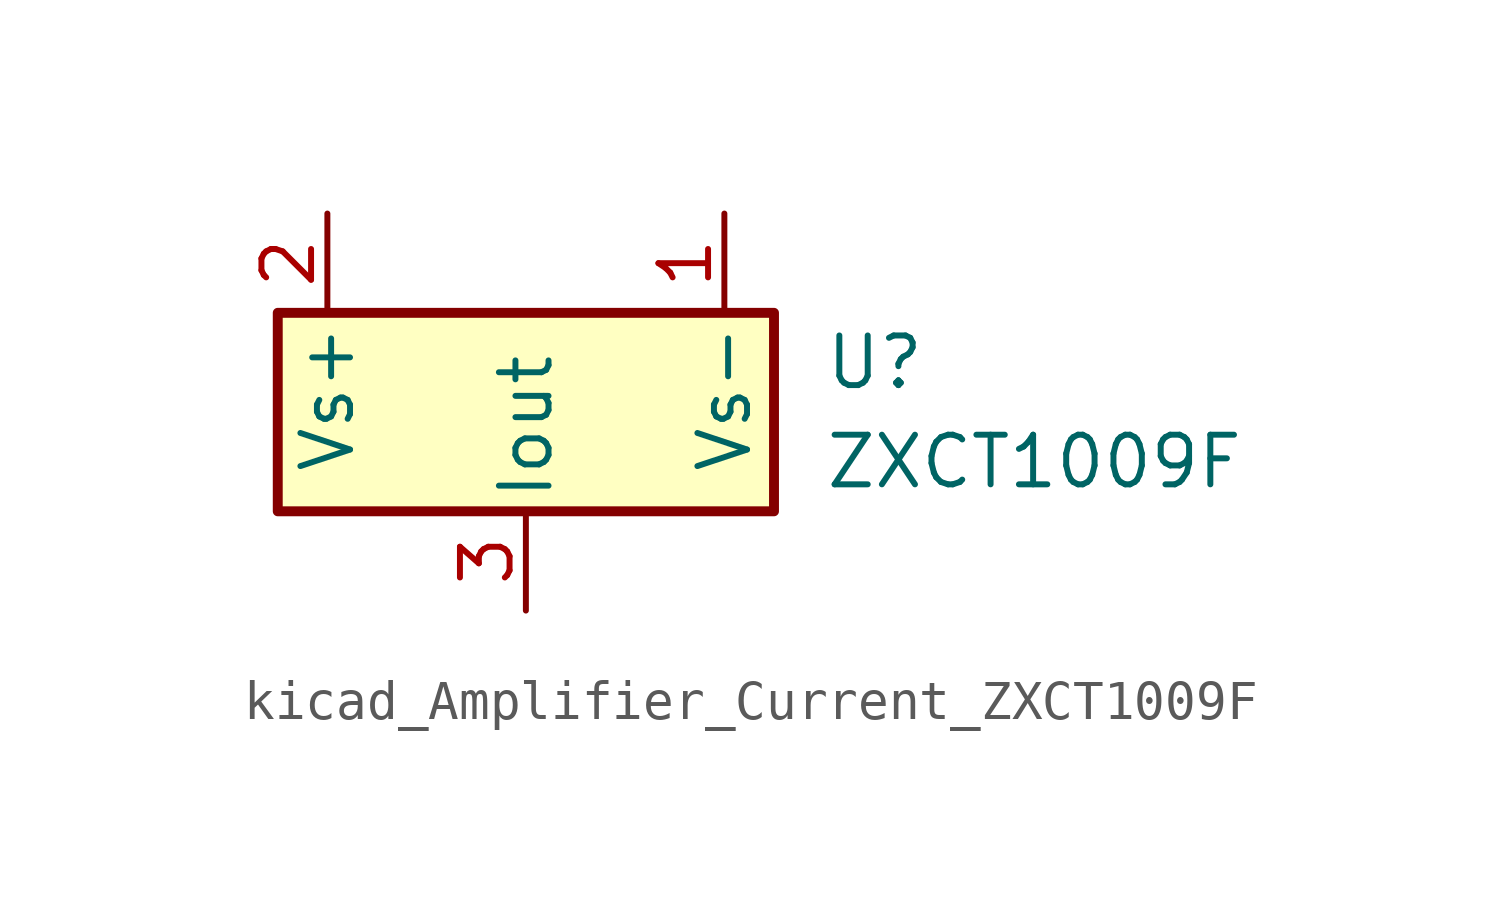
<source format=kicad_sym>
(kicad_symbol_lib
  (version 20220914)
  (generator kicad_symbol_editor)
  (symbol "kicad_Amplifier_Current_ZXCT1009F"
    (pin_names
      (offset 0.254))
    (property "Reference" "U"
      (at 7.62 1.27 0)
      (effects (font (size 1.27 1.27)) (justify left)))
    (property "Value" "ZXCT1009F"
      (at 7.62 -1.27 0)
      (effects (font (size 1.27 1.27)) (justify left)))
    (symbol "kicad_Amplifier_Current_ZXCT1009F_0_1"
      (rectangle (start -6.35 2.54) (end 6.35 -2.54) (stroke (width 0.254) (type default)) (fill (type background))))
    (symbol "kicad_Amplifier_Current_ZXCT1009F_1_1"
      (pin input line (at 5.08 5.08 270) (length 2.54) (name "Vs-" (effects (font (size 1.27 1.27)))) (number "1" (effects (font (size 1.27 1.27)))))
      (pin input line (at -5.08 5.08 270) (length 2.54) (name "Vs+" (effects (font (size 1.27 1.27)))) (number "2" (effects (font (size 1.27 1.27)))))
      (pin output line (at 0 -5.08 90) (length 2.54) (name "Iout" (effects (font (size 1.27 1.27)))) (number "3" (effects (font (size 1.27 1.27))))))))
</source>
